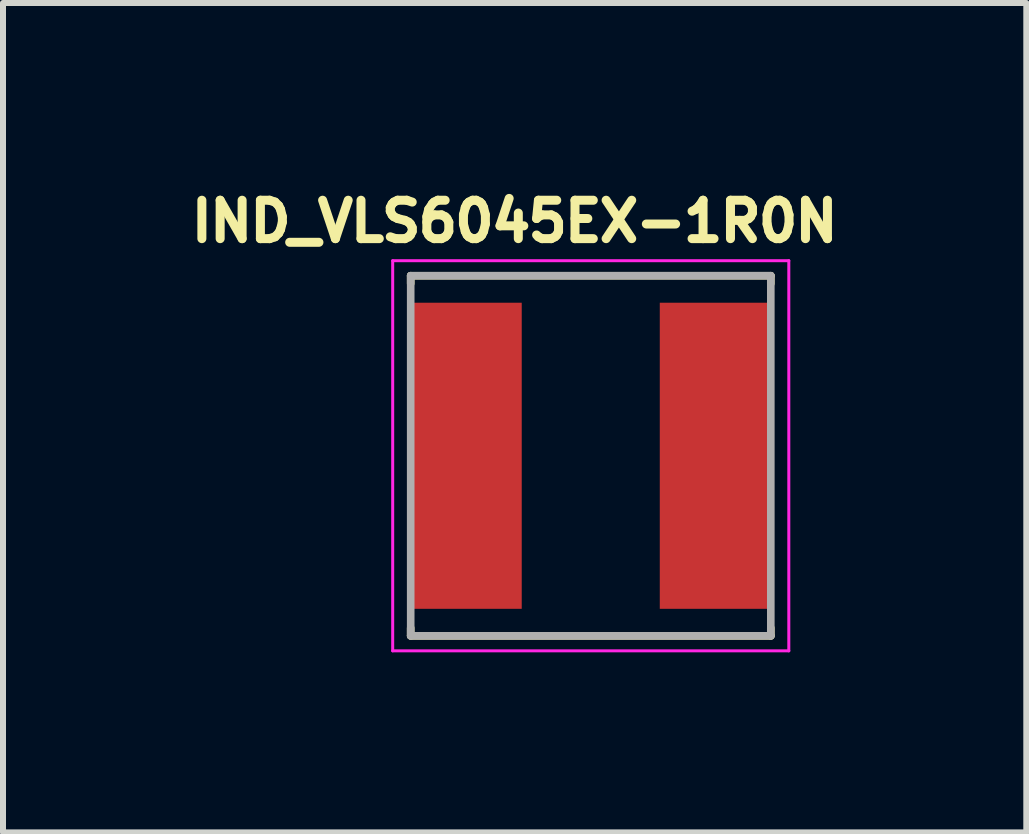
<source format=kicad_pcb>
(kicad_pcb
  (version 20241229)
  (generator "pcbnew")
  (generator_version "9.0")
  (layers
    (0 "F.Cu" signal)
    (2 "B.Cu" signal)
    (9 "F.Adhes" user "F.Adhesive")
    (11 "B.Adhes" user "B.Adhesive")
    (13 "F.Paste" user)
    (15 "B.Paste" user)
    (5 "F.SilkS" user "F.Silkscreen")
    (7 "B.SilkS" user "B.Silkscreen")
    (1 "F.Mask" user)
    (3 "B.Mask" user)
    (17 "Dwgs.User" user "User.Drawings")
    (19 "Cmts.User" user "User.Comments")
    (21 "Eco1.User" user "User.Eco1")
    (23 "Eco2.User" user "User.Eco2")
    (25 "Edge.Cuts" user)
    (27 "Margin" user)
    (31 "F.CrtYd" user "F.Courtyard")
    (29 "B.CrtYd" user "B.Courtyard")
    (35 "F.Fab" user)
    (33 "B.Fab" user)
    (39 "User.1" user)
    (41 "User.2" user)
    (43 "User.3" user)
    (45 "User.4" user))
  (footprint "IND_VLS6045EX-1R0N"
    (layer "F.Cu")
    (at 6.793 4.544)
    (property "Reference" "IND_VLS6045EX-1R0N" (at -1.268 -3.906 0) (layer "F.SilkS") (effects (font (size 0.64 0.64) (thickness 0.15))))
    (attr smd)
    (fp_line (start -3 -3) (end -3 -2.87) (stroke (width 0.127) (type solid)) (layer "F.SilkS"))
    (fp_line (start -3 -3) (end 3 -3) (stroke (width 0.127) (type solid)) (layer "F.SilkS"))
    (fp_line (start -3 3) (end -3 2.87) (stroke (width 0.127) (type solid)) (layer "F.SilkS"))
    (fp_line (start -3 3) (end 3 3) (stroke (width 0.127) (type solid)) (layer "F.SilkS"))
    (fp_line (start 3 -3) (end 3 -2.87) (stroke (width 0.127) (type solid)) (layer "F.SilkS"))
    (fp_line (start 3 3) (end 3 2.87) (stroke (width 0.127) (type solid)) (layer "F.SilkS"))
    (fp_line (start -3.3 -3.25) (end -3.3 3.25) (stroke (width 0.05) (type solid)) (layer "F.CrtYd"))
    (fp_line (start -3.3 3.25) (end 3.3 3.25) (stroke (width 0.05) (type solid)) (layer "F.CrtYd"))
    (fp_line (start 3.3 -3.25) (end -3.3 -3.25) (stroke (width 0.05) (type solid)) (layer "F.CrtYd"))
    (fp_line (start 3.3 3.25) (end 3.3 -3.25) (stroke (width 0.05) (type solid)) (layer "F.CrtYd"))
    (fp_line (start -3 -3) (end -3 3) (stroke (width 0.127) (type solid)) (layer "F.Fab"))
    (fp_line (start -3 -3) (end 3 -3) (stroke (width 0.127) (type solid)) (layer "F.Fab"))
    (fp_line (start -3 3) (end 3 3) (stroke (width 0.127) (type solid)) (layer "F.Fab"))
    (fp_line (start 3 -3) (end 3 3) (stroke (width 0.127) (type solid)) (layer "F.Fab"))
    (pad "1" smd rect (at -2.1 0) (size 1.9 5.1) (layers "F.Cu" "F.Mask" "F.Paste"))
    (pad "2" smd rect (at 2.1 0) (size 1.9 5.1) (layers "F.Cu" "F.Mask" "F.Paste")))
  (gr_rect
    (start -3 -3)
    (end 14.05 10.819)
    (stroke (width 0.1) (type default))
    (fill no)
    (layer "Edge.Cuts")))
</source>
